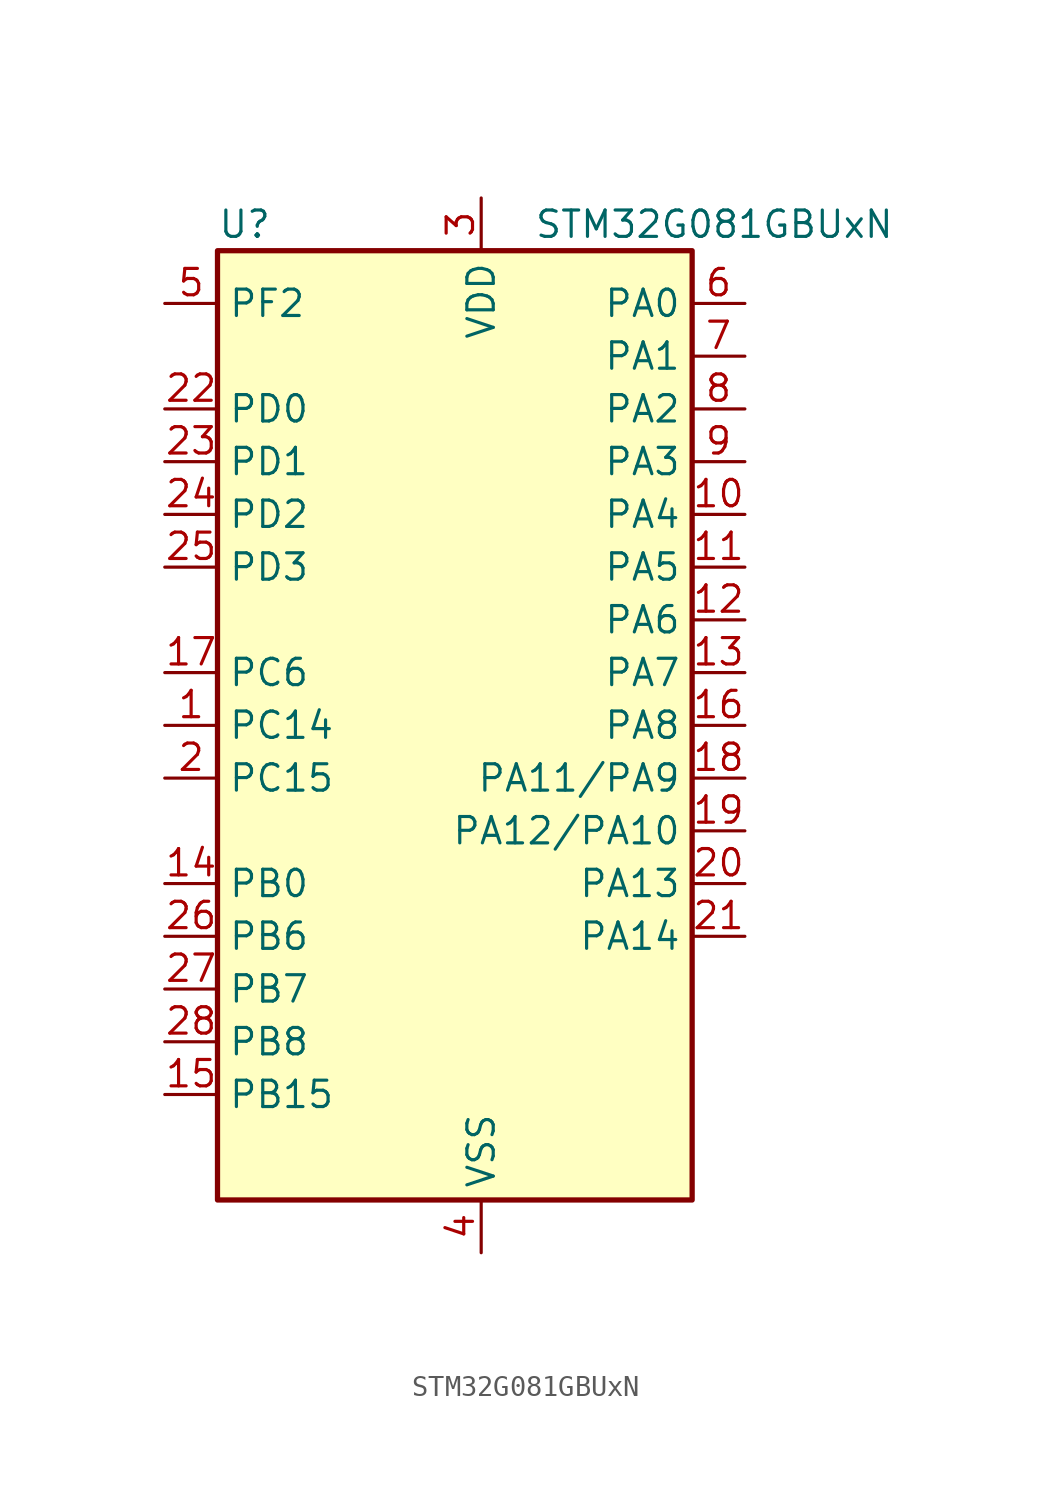
<source format=kicad_sym>
(kicad_symbol_lib
  (version 20220914)
  (generator kicad_symbol_editor)
  (symbol "STM32G081GBUxN"
    (property "Reference" "U"
      (at -10.16 24.13 0)
      (effects (font (size 1.27 1.27)) (justify left)))
    (property "Value" "STM32G081GBUxN"
      (at 5.08 24.13 0)
      (effects (font (size 1.27 1.27)) (justify left)))
    (property "ki_locked" ""
      (at 0 0 0)
      (effects (font (size 1.27 1.27))))
    (symbol "STM32G081GBUxN_0_1"
      (rectangle (start -10.16 -22.86) (end 12.7 22.86) (stroke (width 0.254) (type default)) (fill (type background))))
    (symbol "STM32G081GBUxN_1_1"
      (pin bidirectional line (at -12.7 0 0) (length 2.54) (name "PC14" (effects (font (size 1.27 1.27)))) (number "1" (effects (font (size 1.27 1.27)))) (alternate "RCC_OSC32_IN" bidirectional line) (alternate "RCC_OSC_IN" bidirectional line) (alternate "TIM1_BK2" bidirectional line))
      (pin bidirectional line (at 15.24 10.16 180) (length 2.54) (name "PA4" (effects (font (size 1.27 1.27)))) (number "10" (effects (font (size 1.27 1.27)))) (alternate "ADC1_IN4" bidirectional line) (alternate "DAC1_OUT1" bidirectional line) (alternate "I2S1_WS" bidirectional line) (alternate "LPTIM2_OUT" bidirectional line) (alternate "RTC_OUT_ALARM" bidirectional line) (alternate "RTC_OUT_CALIB" bidirectional line) (alternate "RTC_TAMP_IN1" bidirectional line) (alternate "RTC_TS" bidirectional line) (alternate "SPI1_NSS" bidirectional line) (alternate "SPI2_MOSI" bidirectional line) (alternate "SYS_WKUP2" bidirectional line) (alternate "TIM14_CH1" bidirectional line) (alternate "UCPD2_FRSTX1" bidirectional line) (alternate "UCPD2_FRSTX2" bidirectional line))
      (pin bidirectional line (at 15.24 7.62 180) (length 2.54) (name "PA5" (effects (font (size 1.27 1.27)))) (number "11" (effects (font (size 1.27 1.27)))) (alternate "ADC1_IN5" bidirectional line) (alternate "CEC" bidirectional line) (alternate "DAC1_OUT2" bidirectional line) (alternate "I2S1_CK" bidirectional line) (alternate "LPTIM2_ETR" bidirectional line) (alternate "SPI1_SCK" bidirectional line) (alternate "TIM2_CH1" bidirectional line) (alternate "TIM2_ETR" bidirectional line) (alternate "UCPD1_FRSTX1" bidirectional line) (alternate "UCPD1_FRSTX2" bidirectional line) (alternate "USART3_TX" bidirectional line))
      (pin bidirectional line (at 15.24 5.08 180) (length 2.54) (name "PA6" (effects (font (size 1.27 1.27)))) (number "12" (effects (font (size 1.27 1.27)))) (alternate "ADC1_IN6" bidirectional line) (alternate "COMP1_OUT" bidirectional line) (alternate "I2S1_MCK" bidirectional line) (alternate "LPUART1_CTS" bidirectional line) (alternate "SPI1_MISO" bidirectional line) (alternate "TIM16_CH1" bidirectional line) (alternate "TIM1_BK" bidirectional line) (alternate "TIM3_CH1" bidirectional line) (alternate "USART3_CTS" bidirectional line) (alternate "USART3_NSS" bidirectional line))
      (pin bidirectional line (at 15.24 2.54 180) (length 2.54) (name "PA7" (effects (font (size 1.27 1.27)))) (number "13" (effects (font (size 1.27 1.27)))) (alternate "ADC1_IN7" bidirectional line) (alternate "COMP2_OUT" bidirectional line) (alternate "I2S1_SD" bidirectional line) (alternate "SPI1_MOSI" bidirectional line) (alternate "TIM14_CH1" bidirectional line) (alternate "TIM17_CH1" bidirectional line) (alternate "TIM1_CH1N" bidirectional line) (alternate "TIM3_CH2" bidirectional line) (alternate "UCPD1_FRSTX1" bidirectional line) (alternate "UCPD1_FRSTX2" bidirectional line))
      (pin bidirectional line (at -12.7 -7.62 0) (length 2.54) (name "PB0" (effects (font (size 1.27 1.27)))) (number "14" (effects (font (size 1.27 1.27)))) (alternate "ADC1_IN8" bidirectional line) (alternate "COMP1_OUT" bidirectional line) (alternate "I2S1_WS" bidirectional line) (alternate "LPTIM1_OUT" bidirectional line) (alternate "SPI1_NSS" bidirectional line) (alternate "TIM1_CH2N" bidirectional line) (alternate "TIM3_CH3" bidirectional line) (alternate "UCPD1_DBCC2" bidirectional line) (alternate "UCPD1_FRSTX1" bidirectional line) (alternate "UCPD1_FRSTX2" bidirectional line) (alternate "USART3_RX" bidirectional line))
      (pin bidirectional line (at -12.7 -17.78 0) (length 2.54) (name "PB15" (effects (font (size 1.27 1.27)))) (number "15" (effects (font (size 1.27 1.27)))) (alternate "RTC_REFIN" bidirectional line) (alternate "SPI2_MOSI" bidirectional line) (alternate "TIM15_CH1N" bidirectional line) (alternate "TIM15_CH2" bidirectional line) (alternate "TIM1_CH3N" bidirectional line) (alternate "UCPD1_CC2" bidirectional line))
      (pin bidirectional line (at 15.24 0 180) (length 2.54) (name "PA8" (effects (font (size 1.27 1.27)))) (number "16" (effects (font (size 1.27 1.27)))) (alternate "LPTIM2_OUT" bidirectional line) (alternate "RCC_MCO" bidirectional line) (alternate "SPI2_NSS" bidirectional line) (alternate "TIM1_CH1" bidirectional line) (alternate "UCPD1_CC1" bidirectional line))
      (pin bidirectional line (at -12.7 2.54 0) (length 2.54) (name "PC6" (effects (font (size 1.27 1.27)))) (number "17" (effects (font (size 1.27 1.27)))) (alternate "TIM2_CH3" bidirectional line) (alternate "TIM3_CH1" bidirectional line) (alternate "UCPD1_DBCC1" bidirectional line) (alternate "UCPD1_FRSTX1" bidirectional line) (alternate "UCPD1_FRSTX2" bidirectional line))
      (pin bidirectional line (at 15.24 -2.54 180) (length 2.54) (name "PA11/PA9" (effects (font (size 1.27 1.27)))) (number "18" (effects (font (size 1.27 1.27)))) (alternate "ADC1_EXTI11" bidirectional line) (alternate "COMP1_OUT" bidirectional line) (alternate "I2C2_SCL" bidirectional line) (alternate "I2S1_MCK" bidirectional line) (alternate "SPI1_MISO" bidirectional line) (alternate "TIM1_BK2" bidirectional line) (alternate "TIM1_CH4" bidirectional line) (alternate "USART1_CTS" bidirectional line) (alternate "USART1_NSS" bidirectional line))
      (pin bidirectional line (at 15.24 -5.08 180) (length 2.54) (name "PA12/PA10" (effects (font (size 1.27 1.27)))) (number "19" (effects (font (size 1.27 1.27)))) (alternate "COMP2_OUT" bidirectional line) (alternate "I2C2_SDA" bidirectional line) (alternate "I2S1_SD" bidirectional line) (alternate "I2S_CKIN" bidirectional line) (alternate "SPI1_MOSI" bidirectional line) (alternate "TIM1_ETR" bidirectional line) (alternate "USART1_CK" bidirectional line) (alternate "USART1_DE" bidirectional line) (alternate "USART1_RTS" bidirectional line))
      (pin bidirectional line (at -12.7 -2.54 0) (length 2.54) (name "PC15" (effects (font (size 1.27 1.27)))) (number "2" (effects (font (size 1.27 1.27)))) (alternate "RCC_OSC32_EN" bidirectional line) (alternate "RCC_OSC32_OUT" bidirectional line) (alternate "RCC_OSC_EN" bidirectional line) (alternate "TIM15_BK" bidirectional line))
      (pin bidirectional line (at 15.24 -7.62 180) (length 2.54) (name "PA13" (effects (font (size 1.27 1.27)))) (number "20" (effects (font (size 1.27 1.27)))) (alternate "IR_OUT" bidirectional line) (alternate "SYS_SWDIO" bidirectional line))
      (pin bidirectional line (at 15.24 -10.16 180) (length 2.54) (name "PA14" (effects (font (size 1.27 1.27)))) (number "21" (effects (font (size 1.27 1.27)))) (alternate "SYS_SWCLK" bidirectional line) (alternate "USART2_TX" bidirectional line))
      (pin bidirectional line (at -12.7 15.24 0) (length 2.54) (name "PD0" (effects (font (size 1.27 1.27)))) (number "22" (effects (font (size 1.27 1.27)))) (alternate "SPI2_NSS" bidirectional line) (alternate "TIM16_CH1" bidirectional line) (alternate "UCPD2_CC1" bidirectional line))
      (pin bidirectional line (at -12.7 12.7 0) (length 2.54) (name "PD1" (effects (font (size 1.27 1.27)))) (number "23" (effects (font (size 1.27 1.27)))) (alternate "SPI2_SCK" bidirectional line) (alternate "TIM17_CH1" bidirectional line) (alternate "UCPD2_DBCC1" bidirectional line))
      (pin bidirectional line (at -12.7 10.16 0) (length 2.54) (name "PD2" (effects (font (size 1.27 1.27)))) (number "24" (effects (font (size 1.27 1.27)))) (alternate "TIM1_CH1N" bidirectional line) (alternate "TIM3_ETR" bidirectional line) (alternate "UCPD2_CC2" bidirectional line) (alternate "USART3_CK" bidirectional line) (alternate "USART3_DE" bidirectional line) (alternate "USART3_RTS" bidirectional line))
      (pin bidirectional line (at -12.7 7.62 0) (length 2.54) (name "PD3" (effects (font (size 1.27 1.27)))) (number "25" (effects (font (size 1.27 1.27)))) (alternate "SPI2_MISO" bidirectional line) (alternate "TIM1_CH2N" bidirectional line) (alternate "UCPD2_DBCC2" bidirectional line) (alternate "USART2_CTS" bidirectional line) (alternate "USART2_NSS" bidirectional line))
      (pin bidirectional line (at -12.7 -10.16 0) (length 2.54) (name "PB6" (effects (font (size 1.27 1.27)))) (number "26" (effects (font (size 1.27 1.27)))) (alternate "COMP2_INP" bidirectional line) (alternate "I2C1_SCL" bidirectional line) (alternate "LPTIM1_ETR" bidirectional line) (alternate "SPI2_MISO" bidirectional line) (alternate "TIM16_CH1N" bidirectional line) (alternate "TIM1_CH3" bidirectional line) (alternate "USART1_TX" bidirectional line))
      (pin bidirectional line (at -12.7 -12.7 0) (length 2.54) (name "PB7" (effects (font (size 1.27 1.27)))) (number "27" (effects (font (size 1.27 1.27)))) (alternate "COMP2_INM" bidirectional line) (alternate "I2C1_SDA" bidirectional line) (alternate "LPTIM1_IN2" bidirectional line) (alternate "SPI2_MOSI" bidirectional line) (alternate "SYS_PVD_IN" bidirectional line) (alternate "TIM17_CH1N" bidirectional line) (alternate "USART1_RX" bidirectional line) (alternate "USART4_CTS" bidirectional line) (alternate "USART4_NSS" bidirectional line))
      (pin bidirectional line (at -12.7 -15.24 0) (length 2.54) (name "PB8" (effects (font (size 1.27 1.27)))) (number "28" (effects (font (size 1.27 1.27)))) (alternate "CEC" bidirectional line) (alternate "I2C1_SCL" bidirectional line) (alternate "SPI2_SCK" bidirectional line) (alternate "TIM15_BK" bidirectional line) (alternate "TIM16_CH1" bidirectional line) (alternate "USART3_TX" bidirectional line))
      (pin power_in line (at 2.54 25.4 270) (length 2.54) (name "VDD" (effects (font (size 1.27 1.27)))) (number "3" (effects (font (size 1.27 1.27)))))
      (pin power_in line (at 2.54 -25.4 90) (length 2.54) (name "VSS" (effects (font (size 1.27 1.27)))) (number "4" (effects (font (size 1.27 1.27)))))
      (pin bidirectional line (at -12.7 20.32 0) (length 2.54) (name "PF2" (effects (font (size 1.27 1.27)))) (number "5" (effects (font (size 1.27 1.27)))) (alternate "RCC_MCO" bidirectional line))
      (pin bidirectional line (at 15.24 20.32 180) (length 2.54) (name "PA0" (effects (font (size 1.27 1.27)))) (number "6" (effects (font (size 1.27 1.27)))) (alternate "ADC1_IN0" bidirectional line) (alternate "COMP1_INM" bidirectional line) (alternate "COMP1_OUT" bidirectional line) (alternate "LPTIM1_OUT" bidirectional line) (alternate "RTC_TAMP_IN2" bidirectional line) (alternate "SPI2_SCK" bidirectional line) (alternate "SYS_WKUP1" bidirectional line) (alternate "TIM2_CH1" bidirectional line) (alternate "TIM2_ETR" bidirectional line) (alternate "UCPD2_FRSTX1" bidirectional line) (alternate "UCPD2_FRSTX2" bidirectional line) (alternate "USART2_CTS" bidirectional line) (alternate "USART2_NSS" bidirectional line) (alternate "USART4_TX" bidirectional line))
      (pin bidirectional line (at 15.24 17.78 180) (length 2.54) (name "PA1" (effects (font (size 1.27 1.27)))) (number "7" (effects (font (size 1.27 1.27)))) (alternate "ADC1_IN1" bidirectional line) (alternate "COMP1_INP" bidirectional line) (alternate "I2C1_SMBA" bidirectional line) (alternate "I2S1_CK" bidirectional line) (alternate "SPI1_SCK" bidirectional line) (alternate "TIM15_CH1N" bidirectional line) (alternate "TIM2_CH2" bidirectional line) (alternate "USART2_CK" bidirectional line) (alternate "USART2_DE" bidirectional line) (alternate "USART2_RTS" bidirectional line) (alternate "USART4_RX" bidirectional line))
      (pin bidirectional line (at 15.24 15.24 180) (length 2.54) (name "PA2" (effects (font (size 1.27 1.27)))) (number "8" (effects (font (size 1.27 1.27)))) (alternate "ADC1_IN2" bidirectional line) (alternate "COMP2_INM" bidirectional line) (alternate "COMP2_OUT" bidirectional line) (alternate "I2S1_SD" bidirectional line) (alternate "LPUART1_TX" bidirectional line) (alternate "RCC_LSCO" bidirectional line) (alternate "SPI1_MOSI" bidirectional line) (alternate "SYS_WKUP4" bidirectional line) (alternate "TIM15_CH1" bidirectional line) (alternate "TIM2_CH3" bidirectional line) (alternate "UCPD1_FRSTX1" bidirectional line) (alternate "UCPD1_FRSTX2" bidirectional line) (alternate "USART2_TX" bidirectional line))
      (pin bidirectional line (at 15.24 12.7 180) (length 2.54) (name "PA3" (effects (font (size 1.27 1.27)))) (number "9" (effects (font (size 1.27 1.27)))) (alternate "ADC1_IN3" bidirectional line) (alternate "COMP2_INP" bidirectional line) (alternate "LPUART1_RX" bidirectional line) (alternate "SPI2_MISO" bidirectional line) (alternate "TIM15_CH2" bidirectional line) (alternate "TIM2_CH4" bidirectional line) (alternate "UCPD2_FRSTX1" bidirectional line) (alternate "UCPD2_FRSTX2" bidirectional line) (alternate "USART2_RX" bidirectional line)))))
</source>
